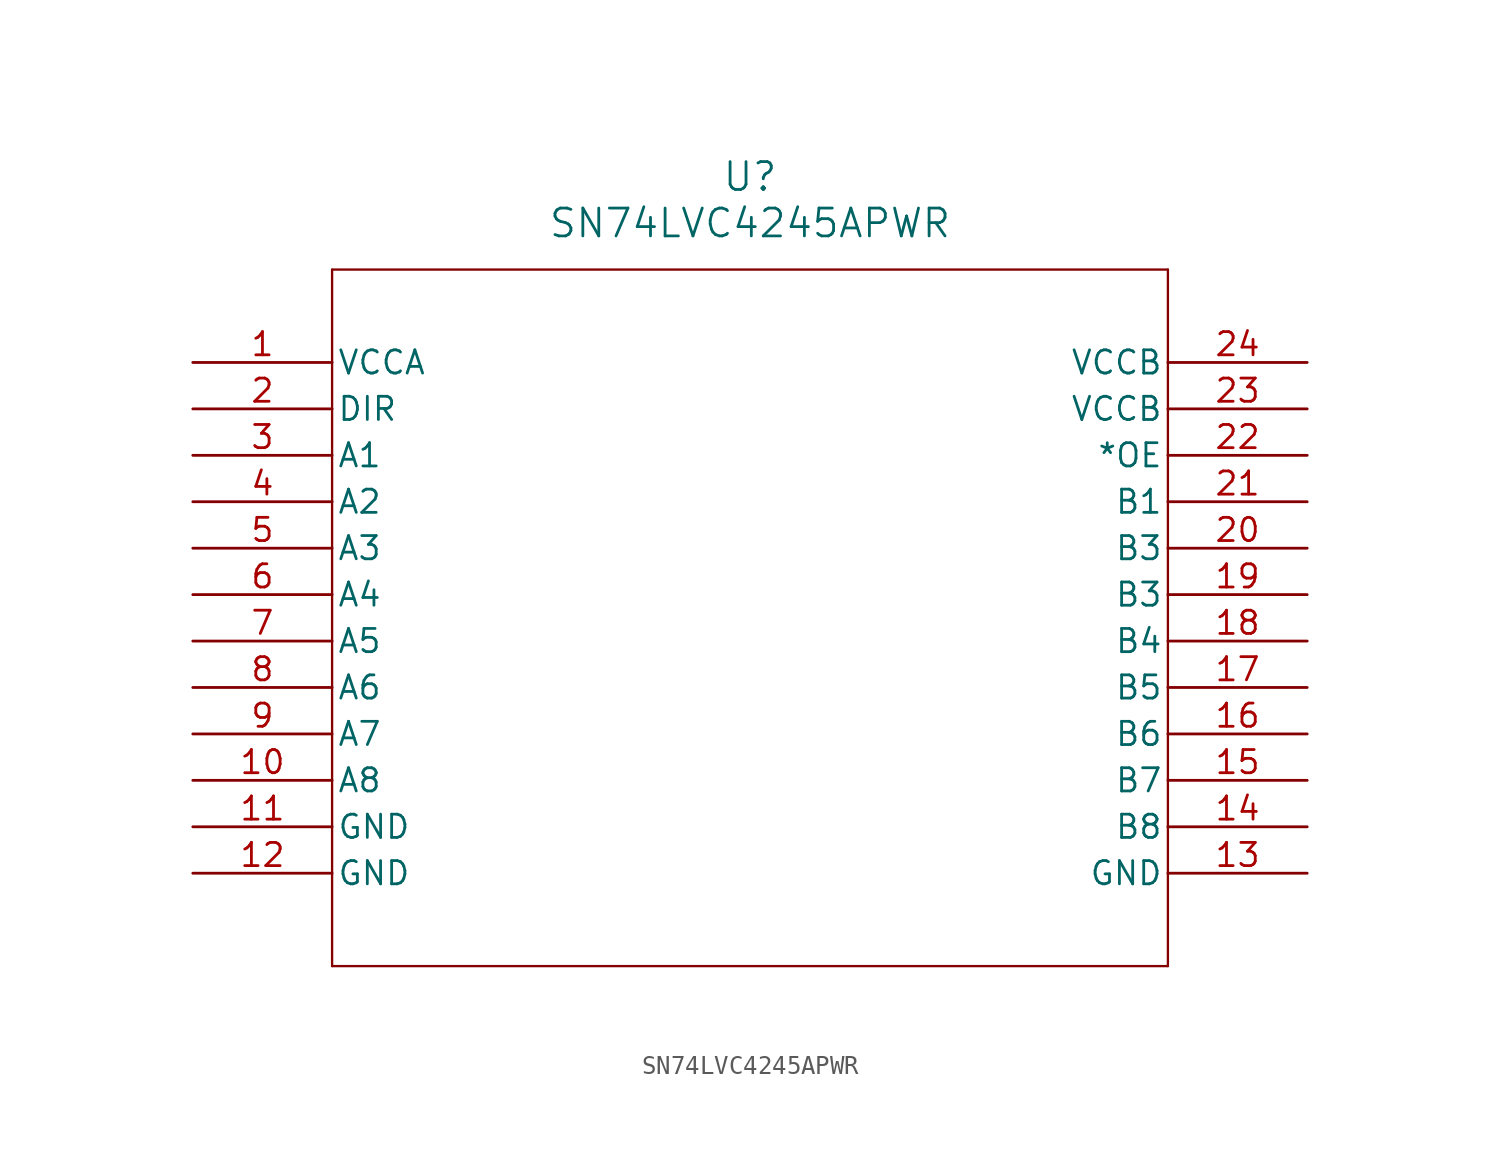
<source format=kicad_sym>
(kicad_symbol_lib
  (version 20211014)
  (generator kicad_symbol_editor)
  (symbol "SN74LVC4245APWR"
    (pin_names
      (offset 0.254))
    (property "Reference" "U"
      (at 30.48 10.16 0)
      (effects (font (size 1.524 1.524))))
    (property "Value" "SN74LVC4245APWR"
      (at 30.48 7.62 0)
      (effects (font (size 1.524 1.524))))
    (symbol "SN74LVC4245APWR_0_1"
      (polyline (pts (xy 7.62 5.08) (xy 7.62 -33.02)) (stroke (width 0.127) (type default) (color 0 0 0 0)) (fill (type none)))
      (polyline (pts (xy 7.62 -33.02) (xy 53.34 -33.02)) (stroke (width 0.127) (type default) (color 0 0 0 0)) (fill (type none)))
      (polyline (pts (xy 53.34 -33.02) (xy 53.34 5.08)) (stroke (width 0.127) (type default) (color 0 0 0 0)) (fill (type none)))
      (polyline (pts (xy 53.34 5.08) (xy 7.62 5.08)) (stroke (width 0.127) (type default) (color 0 0 0 0)) (fill (type none)))
      (pin power_in line (at 0 0 0) (length 7.62) (name "VCCA" (effects (font (size 1.27 1.27)))) (number "1" (effects (font (size 1.27 1.27)))))
      (pin input line (at 0 -2.54 0) (length 7.62) (name "DIR" (effects (font (size 1.27 1.27)))) (number "2" (effects (font (size 1.27 1.27)))))
      (pin bidirectional line (at 0 -5.08 0) (length 7.62) (name "A1" (effects (font (size 1.27 1.27)))) (number "3" (effects (font (size 1.27 1.27)))))
      (pin bidirectional line (at 0 -7.62 0) (length 7.62) (name "A2" (effects (font (size 1.27 1.27)))) (number "4" (effects (font (size 1.27 1.27)))))
      (pin bidirectional line (at 0 -10.16 0) (length 7.62) (name "A3" (effects (font (size 1.27 1.27)))) (number "5" (effects (font (size 1.27 1.27)))))
      (pin bidirectional line (at 0 -12.7 0) (length 7.62) (name "A4" (effects (font (size 1.27 1.27)))) (number "6" (effects (font (size 1.27 1.27)))))
      (pin bidirectional line (at 0 -15.24 0) (length 7.62) (name "A5" (effects (font (size 1.27 1.27)))) (number "7" (effects (font (size 1.27 1.27)))))
      (pin bidirectional line (at 0 -17.78 0) (length 7.62) (name "A6" (effects (font (size 1.27 1.27)))) (number "8" (effects (font (size 1.27 1.27)))))
      (pin bidirectional line (at 0 -20.32 0) (length 7.62) (name "A7" (effects (font (size 1.27 1.27)))) (number "9" (effects (font (size 1.27 1.27)))))
      (pin bidirectional line (at 0 -22.86 0) (length 7.62) (name "A8" (effects (font (size 1.27 1.27)))) (number "10" (effects (font (size 1.27 1.27)))))
      (pin power_in line (at 0 -25.4 0) (length 7.62) (name "GND" (effects (font (size 1.27 1.27)))) (number "11" (effects (font (size 1.27 1.27)))))
      (pin power_in line (at 0 -27.94 0) (length 7.62) (name "GND" (effects (font (size 1.27 1.27)))) (number "12" (effects (font (size 1.27 1.27)))))
      (pin power_in line (at 60.96 -27.94 180) (length 7.62) (name "GND" (effects (font (size 1.27 1.27)))) (number "13" (effects (font (size 1.27 1.27)))))
      (pin bidirectional line (at 60.96 -25.4 180) (length 7.62) (name "B8" (effects (font (size 1.27 1.27)))) (number "14" (effects (font (size 1.27 1.27)))))
      (pin bidirectional line (at 60.96 -22.86 180) (length 7.62) (name "B7" (effects (font (size 1.27 1.27)))) (number "15" (effects (font (size 1.27 1.27)))))
      (pin bidirectional line (at 60.96 -20.32 180) (length 7.62) (name "B6" (effects (font (size 1.27 1.27)))) (number "16" (effects (font (size 1.27 1.27)))))
      (pin bidirectional line (at 60.96 -17.78 180) (length 7.62) (name "B5" (effects (font (size 1.27 1.27)))) (number "17" (effects (font (size 1.27 1.27)))))
      (pin bidirectional line (at 60.96 -15.24 180) (length 7.62) (name "B4" (effects (font (size 1.27 1.27)))) (number "18" (effects (font (size 1.27 1.27)))))
      (pin bidirectional line (at 60.96 -12.7 180) (length 7.62) (name "B3" (effects (font (size 1.27 1.27)))) (number "19" (effects (font (size 1.27 1.27)))))
      (pin bidirectional line (at 60.96 -10.16 180) (length 7.62) (name "B3" (effects (font (size 1.27 1.27)))) (number "20" (effects (font (size 1.27 1.27)))))
      (pin bidirectional line (at 60.96 -7.62 180) (length 7.62) (name "B1" (effects (font (size 1.27 1.27)))) (number "21" (effects (font (size 1.27 1.27)))))
      (pin input line (at 60.96 -5.08 180) (length 7.62) (name "*OE" (effects (font (size 1.27 1.27)))) (number "22" (effects (font (size 1.27 1.27)))))
      (pin power_in line (at 60.96 -2.54 180) (length 7.62) (name "VCCB" (effects (font (size 1.27 1.27)))) (number "23" (effects (font (size 1.27 1.27)))))
      (pin power_in line (at 60.96 0 180) (length 7.62) (name "VCCB" (effects (font (size 1.27 1.27)))) (number "24" (effects (font (size 1.27 1.27))))))))
</source>
